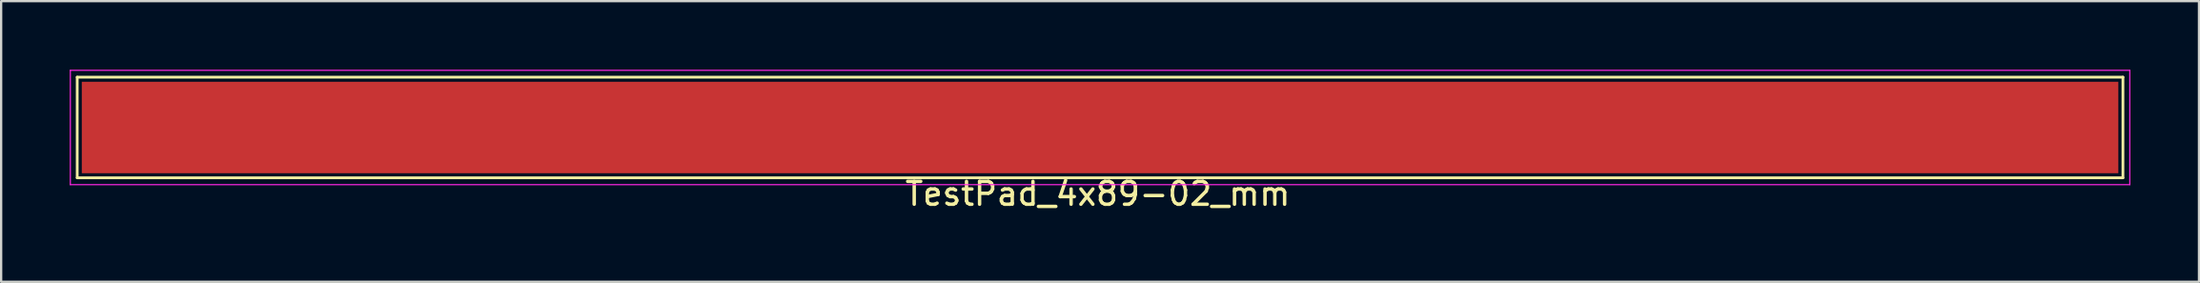
<source format=kicad_pcb>
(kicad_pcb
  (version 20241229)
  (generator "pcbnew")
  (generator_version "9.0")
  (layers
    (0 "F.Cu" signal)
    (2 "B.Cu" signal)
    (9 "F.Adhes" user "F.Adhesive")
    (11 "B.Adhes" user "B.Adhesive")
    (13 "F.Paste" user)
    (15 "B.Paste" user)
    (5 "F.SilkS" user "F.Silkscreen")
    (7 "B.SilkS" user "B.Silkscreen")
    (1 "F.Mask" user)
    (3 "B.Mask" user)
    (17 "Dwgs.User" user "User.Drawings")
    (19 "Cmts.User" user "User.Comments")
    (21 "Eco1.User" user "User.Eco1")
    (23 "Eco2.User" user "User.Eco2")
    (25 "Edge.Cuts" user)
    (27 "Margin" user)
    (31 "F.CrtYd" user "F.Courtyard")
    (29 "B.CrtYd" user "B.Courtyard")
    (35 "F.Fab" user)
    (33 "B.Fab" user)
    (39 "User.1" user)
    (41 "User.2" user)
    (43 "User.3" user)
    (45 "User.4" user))
  (footprint "TestPad_4x89-02_mm"
    (layer "F.Cu")
    (at 45.035 2.525)
    (property "Reference" "TestPad_4x89-02_mm" (at -0.1 2.9 0) (layer "F.SilkS") (effects (font (size 1 1) (thickness 0.15))))
    (attr through_hole)
    (fp_line (start -44.71 -2.2) (end -44.71 2.2) (stroke (width 0.12) (type solid)) (layer "F.SilkS"))
    (fp_line (start -44.71 -2.2) (end 44.71 -2.2) (stroke (width 0.12) (type solid)) (layer "F.SilkS"))
    (fp_line (start -44.71 2.2) (end 44.71 2.2) (stroke (width 0.12) (type solid)) (layer "F.SilkS"))
    (fp_line (start 44.71 -2.2) (end 44.71 2.2) (stroke (width 0.12) (type solid)) (layer "F.SilkS"))
    (fp_line (start -45.01 -2.5) (end -45.01 2.5) (stroke (width 0.05) (type solid)) (layer "F.CrtYd"))
    (fp_line (start -45.01 -2.5) (end 45.01 -2.5) (stroke (width 0.05) (type solid)) (layer "F.CrtYd"))
    (fp_line (start -45.01 2.5) (end 45.01 2.5) (stroke (width 0.05) (type solid)) (layer "F.CrtYd"))
    (fp_line (start 45.01 -2.5) (end 45.01 2.5) (stroke (width 0.05) (type solid)) (layer "F.CrtYd"))
    (pad "1" smd rect (at 0 0) (size 89.02 4) (layers "F.Cu" "F.Mask" "F.Paste")))
  (gr_rect
    (start -3 -3)
    (end 93.07 9.273)
    (stroke (width 0.1) (type default))
    (fill no)
    (layer "Edge.Cuts")))
</source>
